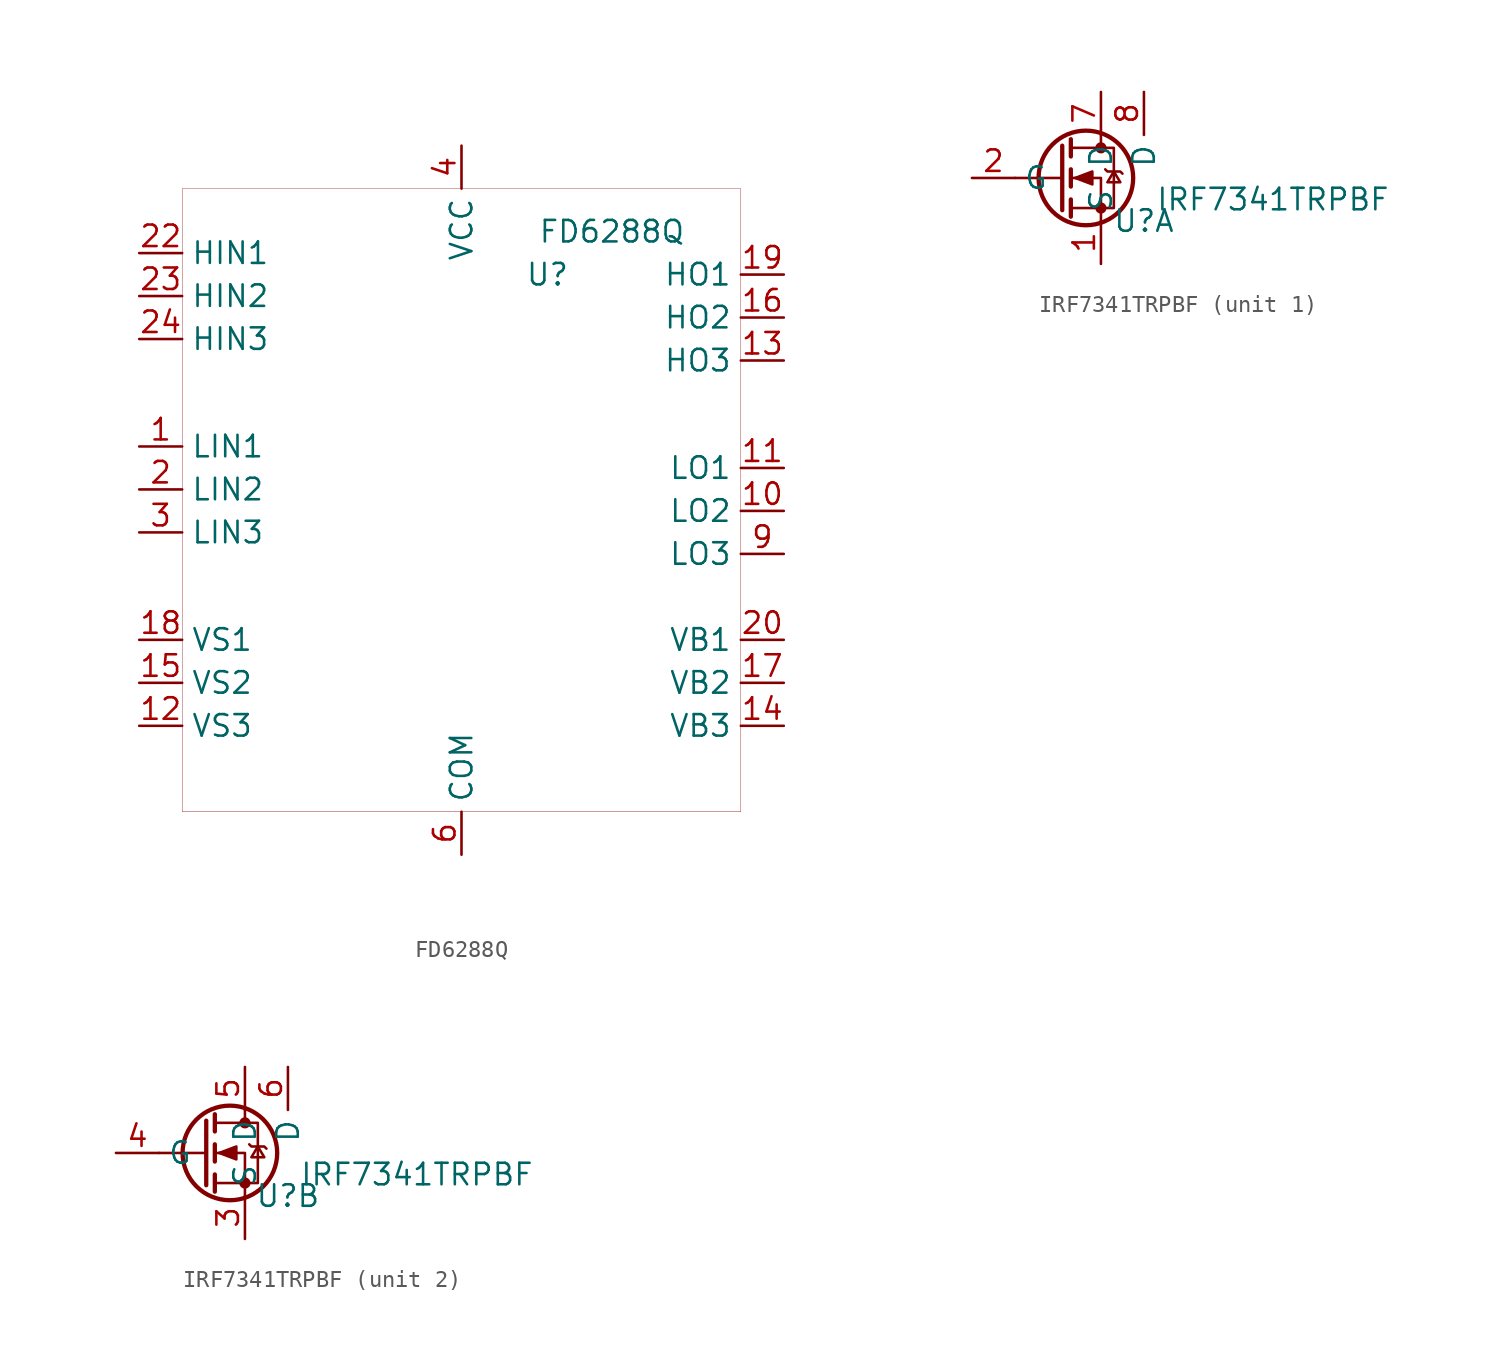
<source format=kicad_sym>
(kicad_symbol_lib
  (version 20200126)
  (host kicad_symbol_editor "5.99.0-unknown-9f20c61~102~ubuntu18.04.1")
  (symbol "malenki-brushless:FD6288Q"
    (property "Reference" "U"
      (at 5.08 7.62 0)
      (effects (font (size 1.27 1.27))))
    (property "Value" "FD6288Q"
      (at 8.89 10.16 0)
      (effects (font (size 1.27 1.27))))
    (symbol "FD6288Q_0_1"
      (rectangle (start -16.51 12.7) (end 16.51 -24.13) (stroke (width 0.001)) (fill (type none))))
    (symbol "FD6288Q_1_1"
      (pin power_in line (at 0 15.24 270) (length 2.54) (name "VCC" (effects (font (size 1.27 1.27)))) (number "4" (effects (font (size 1.27 1.27)))))
      (pin power_in line (at 0 -26.67 90) (length 2.54) (name "COM" (effects (font (size 1.27 1.27)))) (number "6" (effects (font (size 1.27 1.27)))))
      (pin input line (at -19.05 8.89 0) (length 2.54) (name "HIN1" (effects (font (size 1.27 1.27)))) (number "22" (effects (font (size 1.27 1.27)))))
      (pin input line (at -19.05 6.35 0) (length 2.54) (name "HIN2" (effects (font (size 1.27 1.27)))) (number "23" (effects (font (size 1.27 1.27)))))
      (pin input line (at -19.05 3.81 0) (length 2.54) (name "HIN3" (effects (font (size 1.27 1.27)))) (number "24" (effects (font (size 1.27 1.27)))))
      (pin input line (at -19.05 -2.54 0) (length 2.54) (name "LIN1" (effects (font (size 1.27 1.27)))) (number "1" (effects (font (size 1.27 1.27)))))
      (pin input line (at -19.05 -7.62 0) (length 2.54) (name "LIN3" (effects (font (size 1.27 1.27)))) (number "3" (effects (font (size 1.27 1.27)))))
      (pin input line (at -19.05 -5.08 0) (length 2.54) (name "LIN2" (effects (font (size 1.27 1.27)))) (number "2" (effects (font (size 1.27 1.27)))))
      (pin output line (at 19.05 7.62 180) (length 2.54) (name "HO1" (effects (font (size 1.27 1.27)))) (number "19" (effects (font (size 1.27 1.27)))))
      (pin output line (at 19.05 5.08 180) (length 2.54) (name "HO2" (effects (font (size 1.27 1.27)))) (number "16" (effects (font (size 1.27 1.27)))))
      (pin output line (at 19.05 2.54 180) (length 2.54) (name "HO3" (effects (font (size 1.27 1.27)))) (number "13" (effects (font (size 1.27 1.27)))))
      (pin output line (at 19.05 -3.81 180) (length 2.54) (name "LO1" (effects (font (size 1.27 1.27)))) (number "11" (effects (font (size 1.27 1.27)))))
      (pin output line (at 19.05 -6.35 180) (length 2.54) (name "LO2" (effects (font (size 1.27 1.27)))) (number "10" (effects (font (size 1.27 1.27)))))
      (pin output line (at 19.05 -8.89 180) (length 2.54) (name "LO3" (effects (font (size 1.27 1.27)))) (number "9" (effects (font (size 1.27 1.27)))))
      (pin input line (at -19.05 -13.97 0) (length 2.54) (name "VS1" (effects (font (size 1.27 1.27)))) (number "18" (effects (font (size 1.27 1.27)))))
      (pin input line (at -19.05 -16.51 0) (length 2.54) (name "VS2" (effects (font (size 1.27 1.27)))) (number "15" (effects (font (size 1.27 1.27)))))
      (pin input line (at -19.05 -19.05 0) (length 2.54) (name "VS3" (effects (font (size 1.27 1.27)))) (number "12" (effects (font (size 1.27 1.27)))))
      (pin passive line (at 19.05 -13.97 180) (length 2.54) (name "VB1" (effects (font (size 1.27 1.27)))) (number "20" (effects (font (size 1.27 1.27)))))
      (pin passive line (at 19.05 -16.51 180) (length 2.54) (name "VB2" (effects (font (size 1.27 1.27)))) (number "17" (effects (font (size 1.27 1.27)))))
      (pin passive line (at 19.05 -19.05 180) (length 2.54) (name "VB3" (effects (font (size 1.27 1.27)))) (number "14" (effects (font (size 1.27 1.27)))))))
  (symbol "malenki-brushless:IRF7341TRPBF"
    (property "Reference" "U"
      (at 2.54 -2.54 0)
      (effects (font (size 1.27 1.27))))
    (property "Value" "IRF7341TRPBF"
      (at 10.16 -1.27 0)
      (effects (font (size 1.27 1.27))))
    (symbol "IRF7341TRPBF_0_1"
      (circle (center -0.889 0) (radius 2.794) (stroke (width 0.254)) (fill (type none)))
      (circle (center 0 -1.778) (radius 0.254) (stroke (width 0)) (fill (type outline)))
      (circle (center 0 1.778) (radius 0.254) (stroke (width 0)) (fill (type outline)))
      (polyline (pts (xy -2.286 0) (xy -5.08 0)) (stroke (width 0)) (fill (type none)))
      (polyline (pts (xy -2.286 1.905) (xy -2.286 -1.905)) (stroke (width 0.254)) (fill (type none)))
      (polyline (pts (xy -1.778 -1.27) (xy -1.778 -2.286)) (stroke (width 0.254)) (fill (type none)))
      (polyline (pts (xy -1.778 0.508) (xy -1.778 -0.508)) (stroke (width 0.254)) (fill (type none)))
      (polyline (pts (xy -1.778 2.286) (xy -1.778 1.27)) (stroke (width 0.254)) (fill (type none)))
      (polyline (pts (xy 0 2.54) (xy 0 1.778)) (stroke (width 0)) (fill (type none)))
      (polyline (pts (xy 0 -2.54) (xy 0 0) (xy -1.778 0)) (stroke (width 0)) (fill (type none)))
      (polyline (pts (xy -1.778 -1.778) (xy 0.762 -1.778) (xy 0.762 1.778) (xy -1.778 1.778)) (stroke (width 0)) (fill (type none)))
      (polyline (pts (xy -1.524 0) (xy -0.508 0.381) (xy -0.508 -0.381) (xy -1.524 0)) (stroke (width 0)) (fill (type outline)))
      (polyline (pts (xy 0.254 0.508) (xy 0.381 0.381) (xy 1.143 0.381) (xy 1.27 0.254)) (stroke (width 0)) (fill (type none)))
      (polyline (pts (xy 0.762 0.381) (xy 0.381 -0.254) (xy 1.143 -0.254) (xy 0.762 0.381)) (stroke (width 0)) (fill (type none))))
    (symbol "IRF7341TRPBF_1_1"
      (pin passive line (at 0 -5.08 90) (length 2.54) (name "S" (effects (font (size 1.27 1.27)))) (number "1" (effects (font (size 1.27 1.27)))))
      (pin input line (at -7.62 0 0) (length 2.54) (name "G" (effects (font (size 1.27 1.27)))) (number "2" (effects (font (size 1.27 1.27)))))
      (pin passive line (at 0 5.08 270) (length 2.54) (name "D" (effects (font (size 1.27 1.27)))) (number "7" (effects (font (size 1.27 1.27)))))
      (pin passive line (at 2.54 5.08 270) (length 2.54) (name "D" (effects (font (size 1.27 1.27)))) (number "8" (effects (font (size 1.27 1.27))))))
    (symbol "IRF7341TRPBF_2_1"
      (pin passive line (at 0 5.08 270) (length 2.54) (name "D" (effects (font (size 1.27 1.27)))) (number "5" (effects (font (size 1.27 1.27)))))
      (pin passive line (at 2.54 5.08 270) (length 2.54) (name "D" (effects (font (size 1.27 1.27)))) (number "6" (effects (font (size 1.27 1.27)))))
      (pin passive line (at 0 -5.08 90) (length 2.54) (name "S" (effects (font (size 1.27 1.27)))) (number "3" (effects (font (size 1.27 1.27)))))
      (pin input line (at -7.62 0 0) (length 2.54) (name "G" (effects (font (size 1.27 1.27)))) (number "4" (effects (font (size 1.27 1.27))))))))
</source>
